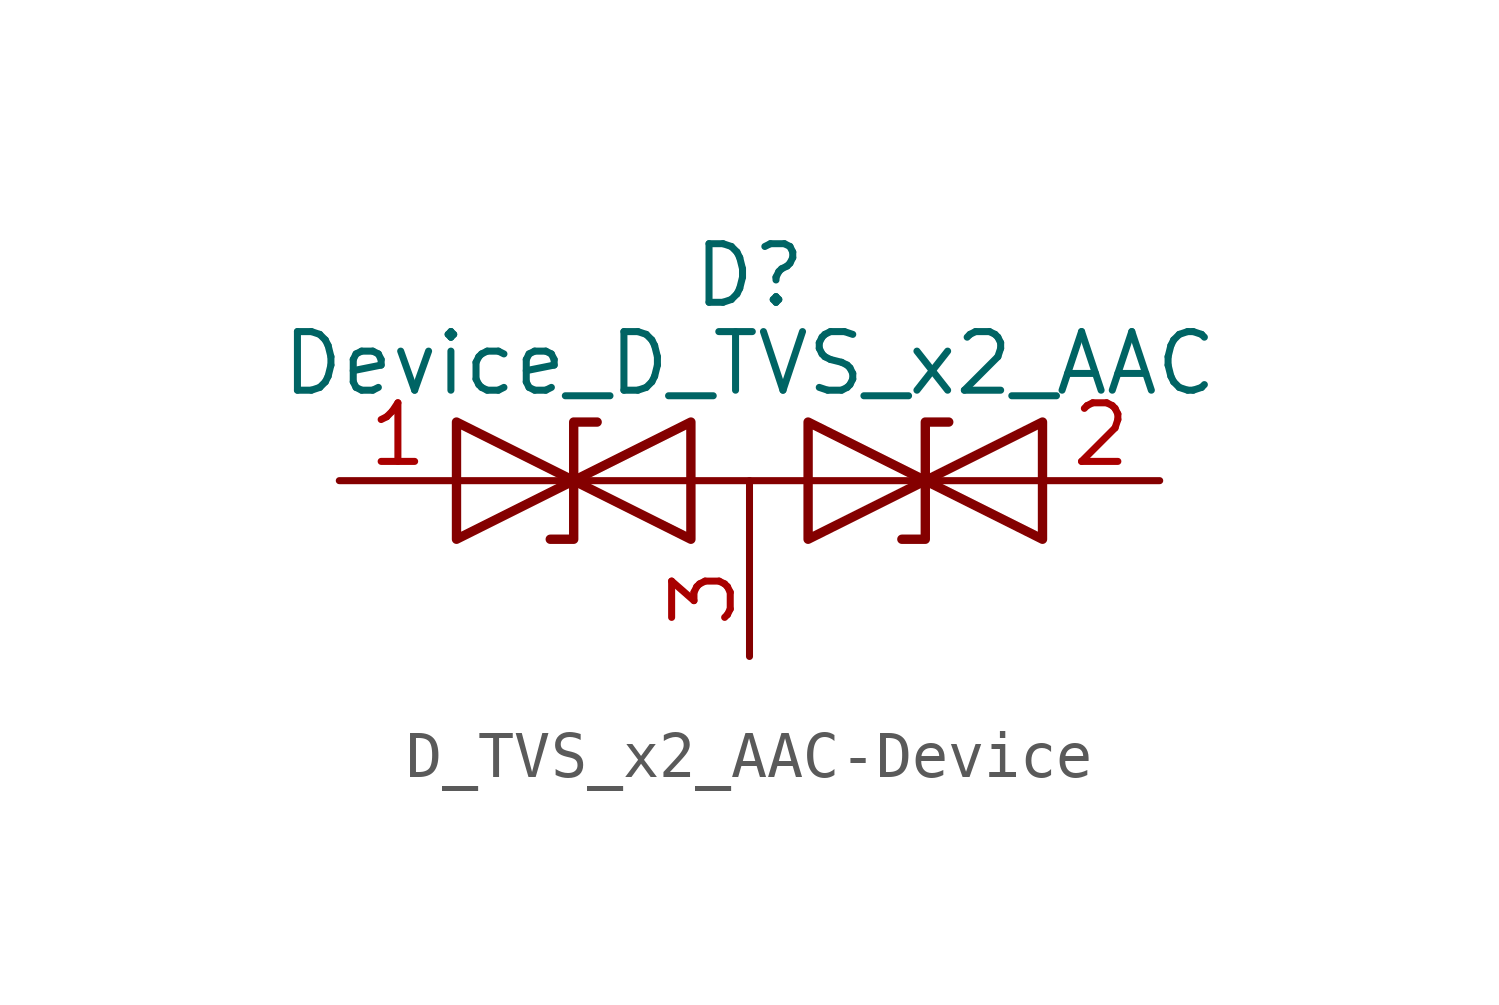
<source format=kicad_sym>
(kicad_symbol_lib
  (version 20231120)
  (generator "kicad_symbol_editor")
  (generator_version "8.0")
  (symbol "D_TVS_x2_AAC-Device"
    (pin_names
      (offset 1.016) hide)
    (property "Reference" "D"
      (at 0 4.445 0)
      (effects (font (size 1.27 1.27))))
    (property "Value" "Device_D_TVS_x2_AAC"
      (at 0 2.54 0)
      (effects (font (size 1.27 1.27))))
    (symbol "D_TVS_x2_AAC-Device_0_0"
      (polyline (pts (xy 0 -1.27) (xy 0 0)) (stroke (width 0) (type solid)) (fill (type none))))
    (symbol "D_TVS_x2_AAC-Device_0_1"
      (polyline (pts (xy -6.35 0) (xy 6.35 0)) (stroke (width 0) (type solid)) (fill (type none)))
      (polyline (pts (xy -3.302 1.27) (xy -3.81 1.27) (xy -3.81 -1.27) (xy -4.318 -1.27)) (stroke (width 0.203) (type solid)) (fill (type none)))
      (polyline (pts (xy 4.318 1.27) (xy 3.81 1.27) (xy 3.81 -1.27) (xy 3.302 -1.27)) (stroke (width 0.203) (type solid)) (fill (type none)))
      (polyline (pts (xy -6.35 -1.27) (xy -1.27 1.27) (xy -1.27 -1.27) (xy -6.35 1.27) (xy -6.35 -1.27)) (stroke (width 0.203) (type solid)) (fill (type none)))
      (polyline (pts (xy 1.27 -1.27) (xy 1.27 1.27) (xy 6.35 -1.27) (xy 6.35 1.27) (xy 1.27 -1.27)) (stroke (width 0.203) (type solid)) (fill (type none))))
    (symbol "D_TVS_x2_AAC-Device_1_1"
      (pin passive line (at -8.89 0 0) (length 2.54) (name "A1" (effects (font (size 1.27 1.27)))) (number "1" (effects (font (size 1.27 1.27)))))
      (pin passive line (at 8.89 0 180) (length 2.54) (name "A2" (effects (font (size 1.27 1.27)))) (number "2" (effects (font (size 1.27 1.27)))))
      (pin input line (at 0 -3.81 90) (length 2.54) (name "common" (effects (font (size 1.27 1.27)))) (number "3" (effects (font (size 1.27 1.27))))))))
</source>
